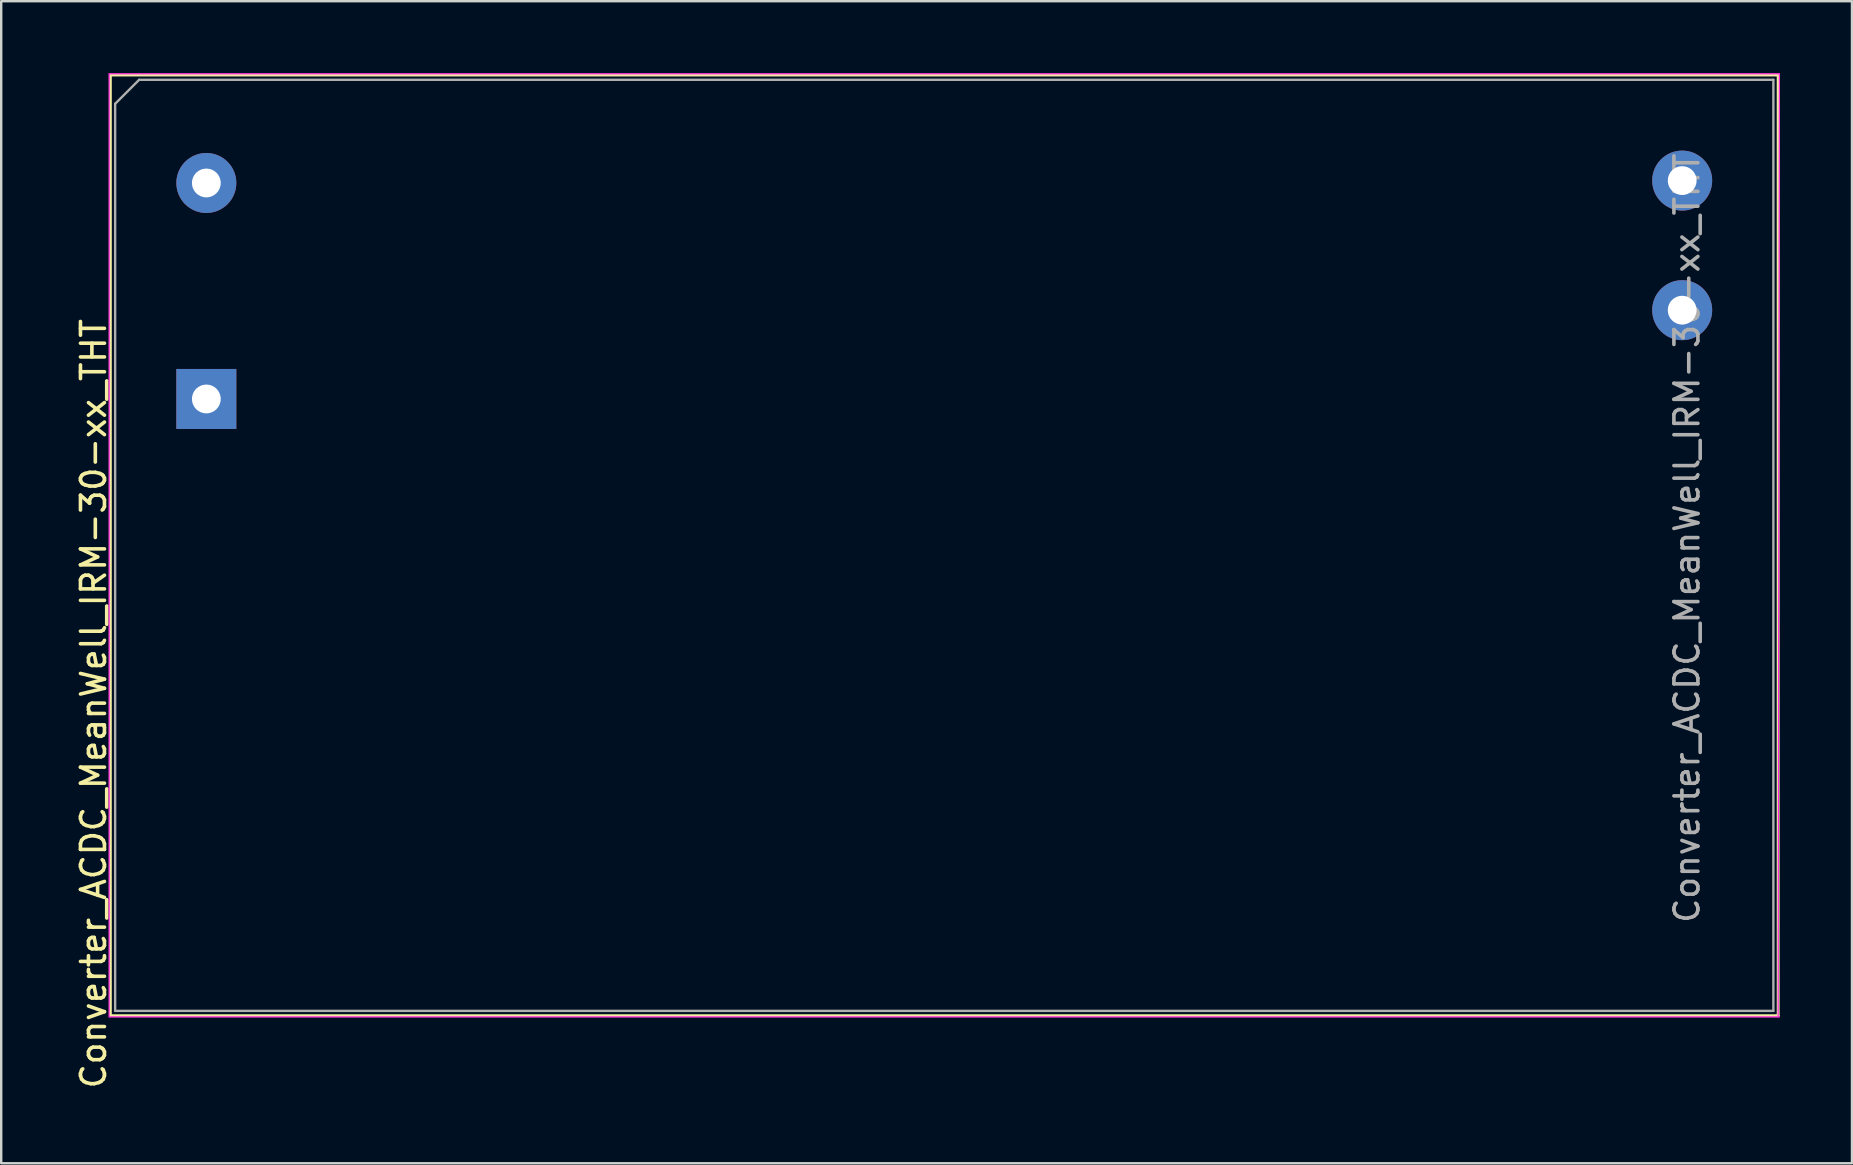
<source format=kicad_pcb>
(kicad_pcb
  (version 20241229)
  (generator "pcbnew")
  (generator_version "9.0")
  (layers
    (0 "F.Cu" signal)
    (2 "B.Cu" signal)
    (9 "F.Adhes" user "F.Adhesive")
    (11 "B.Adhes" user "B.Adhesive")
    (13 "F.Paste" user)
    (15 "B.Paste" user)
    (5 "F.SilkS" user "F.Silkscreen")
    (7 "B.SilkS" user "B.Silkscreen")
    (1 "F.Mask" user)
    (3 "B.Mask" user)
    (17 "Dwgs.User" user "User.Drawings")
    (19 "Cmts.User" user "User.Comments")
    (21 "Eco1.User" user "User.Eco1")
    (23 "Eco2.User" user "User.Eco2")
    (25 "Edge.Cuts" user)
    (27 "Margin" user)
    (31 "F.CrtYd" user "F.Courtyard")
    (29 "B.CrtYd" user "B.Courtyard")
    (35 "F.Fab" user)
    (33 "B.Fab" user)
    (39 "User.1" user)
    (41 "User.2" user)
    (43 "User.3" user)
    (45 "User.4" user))
  (footprint "Converter_ACDC_MeanWell_IRM-30-xx_THT"
    (layer "F.Cu")
    (at 7.048 5.275)
    (property "Reference" "Converter_ACDC_MeanWell_IRM-30-xx_THT" (at -6.2 21 90) (layer "F.SilkS") (effects (font (size 1 1) (thickness 0.15))))
    (attr through_hole)
    (fp_line (start -5.5 -5.2) (end -5.5 34) (stroke (width 0.12) (type solid)) (layer "F.SilkS"))
    (fp_line (start -5.5 34) (end 64 34) (stroke (width 0.12) (type solid)) (layer "F.SilkS"))
    (fp_line (start 64 -5.2) (end -5.5 -5.2) (stroke (width 0.12) (type solid)) (layer "F.SilkS"))
    (fp_line (start 64 34) (end 64 -5.2) (stroke (width 0.12) (type solid)) (layer "F.SilkS"))
    (fp_line (start -5.55 -5.25) (end 64.05 -5.25) (stroke (width 0.05) (type solid)) (layer "F.CrtYd"))
    (fp_line (start -5.55 34.05) (end -5.55 -5.25) (stroke (width 0.05) (type solid)) (layer "F.CrtYd"))
    (fp_line (start 64.05 -5.25) (end 64 34.05) (stroke (width 0.05) (type solid)) (layer "F.CrtYd"))
    (fp_line (start 64.05 34.05) (end -5.55 34.05) (stroke (width 0.05) (type solid)) (layer "F.CrtYd"))
    (fp_line (start -5.3 -4) (end -4.3 -5) (stroke (width 0.1) (type solid)) (layer "F.Fab"))
    (fp_line (start -5.3 33.8) (end -5.3 -4) (stroke (width 0.1) (type solid)) (layer "F.Fab"))
    (fp_line (start -5.3 33.8) (end 63.8 33.8) (stroke (width 0.1) (type solid)) (layer "F.Fab"))
    (fp_line (start -4.3 -5) (end 63.8 -5) (stroke (width 0.1) (type solid)) (layer "F.Fab"))
    (fp_line (start 63.8 33.8) (end 63.8 -5) (stroke (width 0.1) (type solid)) (layer "F.Fab"))
    (fp_text user "${REFERENCE}" (at 60.2 14.1 90) (layer "F.Fab") (effects (font (size 1 1) (thickness 0.15))))
    (pad "1" thru_hole rect (at -1.5 8.3) (size 2.5 2.5) (drill 1.2) (layers "*.Cu" "*.Mask"))
    (pad "2" thru_hole circle (at -1.5 -0.7) (size 2.5 2.5) (drill 1.2) (layers "*.Cu" "*.Mask"))
    (pad "3" thru_hole circle (at 60 4.6) (size 2.5 2.5) (drill 1.2) (layers "*.Cu" "*.Mask"))
    (pad "4" thru_hole circle (at 60 -0.8) (size 2.5 2.5) (drill 1.2) (layers "*.Cu" "*.Mask")))
  (gr_rect
    (start -3 -3)
    (end 74.123 45.424)
    (stroke (width 0.1) (type default))
    (fill no)
    (layer "Edge.Cuts")))
</source>
